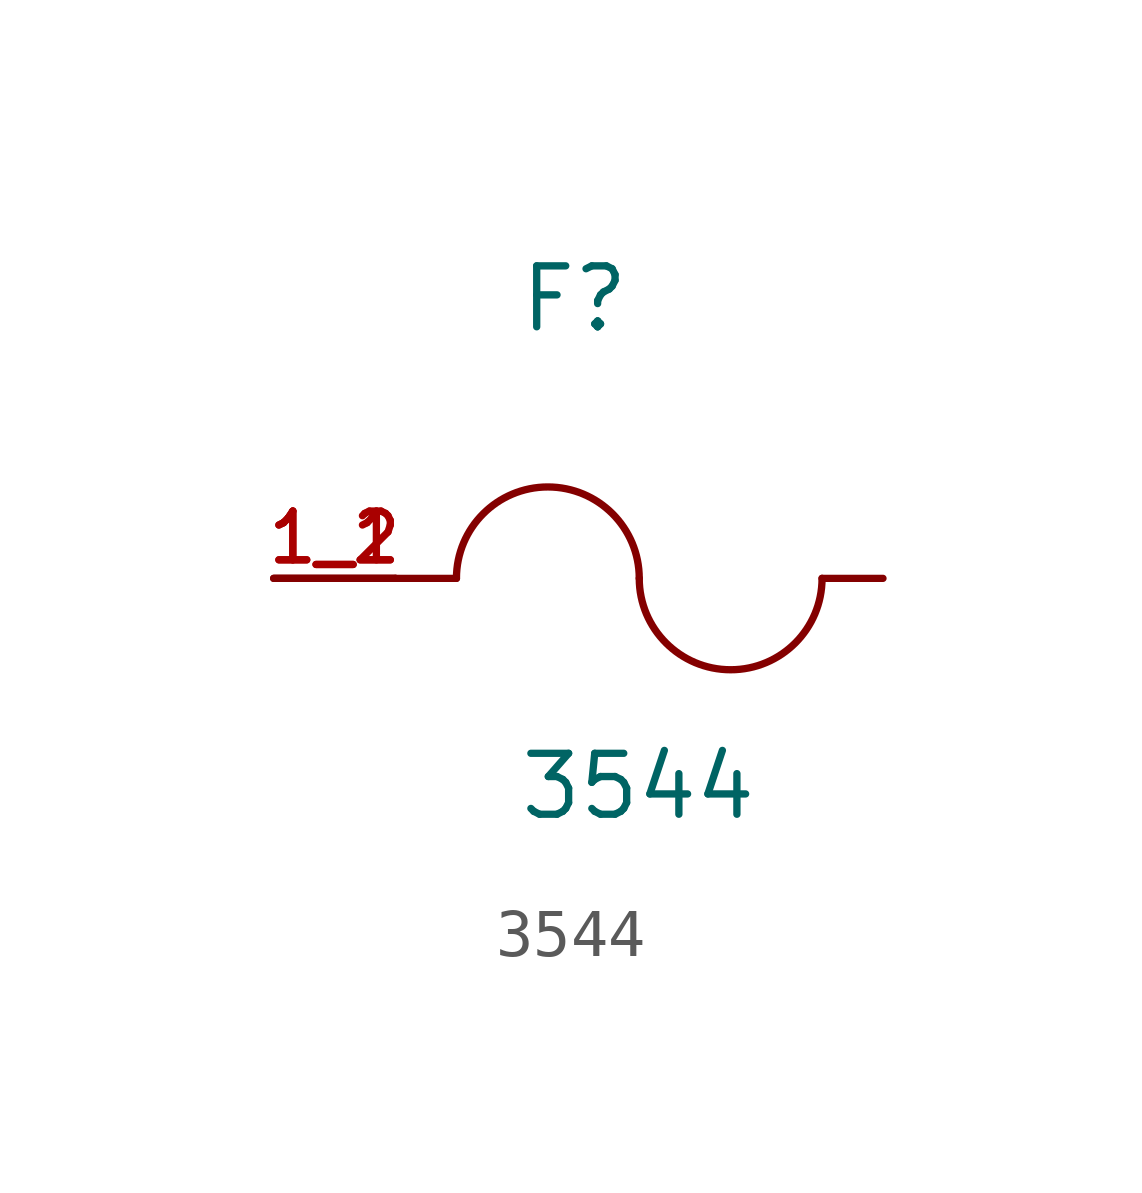
<source format=kicad_sym>
(kicad_symbol_lib
  (version 20211014)
  (generator kicad_symbol_editor)
  (symbol "3544"
    (pin_names
      (offset 1.016))
    (property "Reference" "F"
      (at -2.54 5.08 0)
      (effects (font (size 1.27 1.27)) (justify bottom left)))
    (property "Value" "3544"
      (at -2.54 -5.08 0)
      (effects (font (size 1.27 1.27)) (justify bottom left)))
    (symbol "3544_0_0"
      (arc (start 0.0 0.0) (mid -1.905 1.905) (end -3.81 0.0) (stroke (width 0.1524) (type default) (color 0 0 0 0)) (fill (type none)))
      (arc (start 3.81 0.0) (mid 1.905 -1.905) (end 0.0 0.0) (stroke (width 0.1524) (type default) (color 0 0 0 0)) (fill (type none)))
      (polyline (pts (xy 5.08 0.0) (xy 3.81 0.0)) (stroke (width 0.152)))
      (polyline (pts (xy -5.08 0.0) (xy -3.81 0.0)) (stroke (width 0.152)))
      (pin passive line (at -7.62 0.0 0) (length 2.54) (name "~" (effects (font (size 1.016 1.016)))) (number "1_1" (effects (font (size 1.016 1.016)))))
      (pin passive line (at -7.62 0.0 0) (length 2.54) (name "~" (effects (font (size 1.016 1.016)))) (number "1_2" (effects (font (size 1.016 1.016))))))))
</source>
